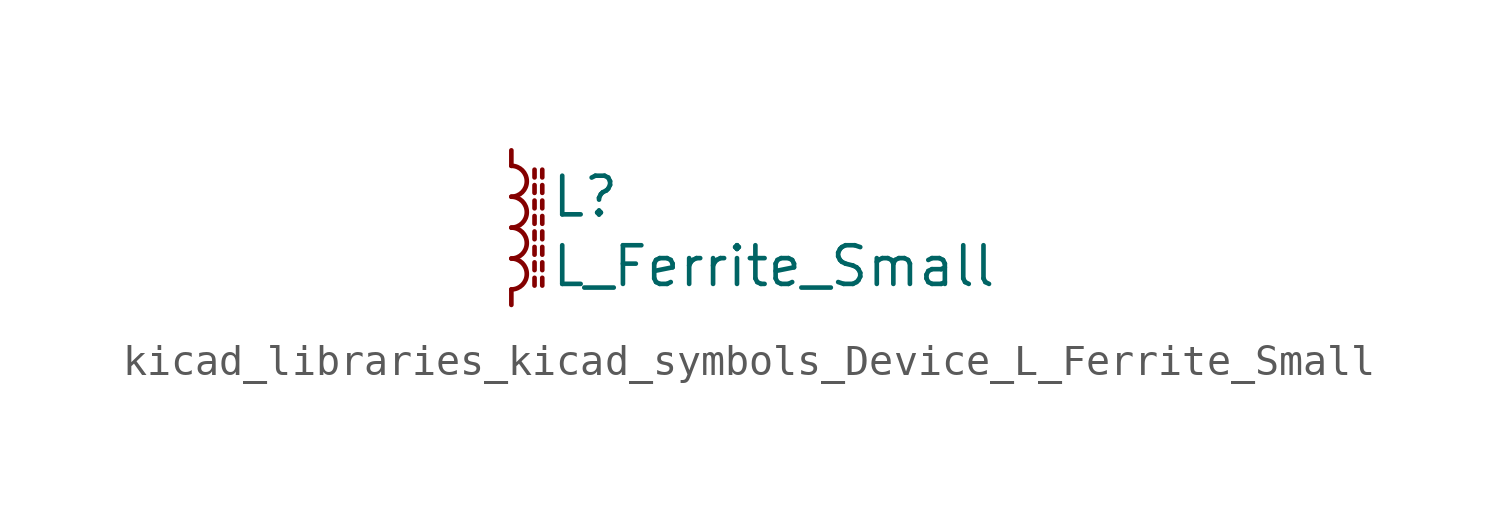
<source format=kicad_sym>
(kicad_symbol_lib
  (version 20220914)
  (generator kicad_symbol_editor)
  (symbol "kicad_libraries_kicad_symbols_Device_L_Ferrite_Small"
    (pin_numbers hide)
    (pin_names
      (offset 0.254) hide)
    (property "Reference" "L"
      (at 1.27 1.016 0)
      (effects (font (size 1.27 1.27)) (justify left)))
    (property "Value" "L_Ferrite_Small"
      (at 1.27 -1.27 0)
      (effects (font (size 1.27 1.27)) (justify left)))
    (symbol "kicad_libraries_kicad_symbols_Device_L_Ferrite_Small_0_1"
      (arc (start 0 -2.032) (mid 0.5058 -1.524) (end 0 -1.016) (stroke (width 0) (type default)) (fill (type none)))
      (arc (start 0 -1.016) (mid 0.5058 -0.508) (end 0 0) (stroke (width 0) (type default)) (fill (type none)))
      (polyline (pts (xy 0.762 -1.905) (xy 0.762 -1.651)) (stroke (width 0) (type default)) (fill (type none)))
      (polyline (pts (xy 0.762 -1.397) (xy 0.762 -1.143)) (stroke (width 0) (type default)) (fill (type none)))
      (polyline (pts (xy 0.762 -0.889) (xy 0.762 -0.635)) (stroke (width 0) (type default)) (fill (type none)))
      (polyline (pts (xy 0.762 -0.381) (xy 0.762 -0.127)) (stroke (width 0) (type default)) (fill (type none)))
      (polyline (pts (xy 0.762 0.127) (xy 0.762 0.381)) (stroke (width 0) (type default)) (fill (type none)))
      (polyline (pts (xy 0.762 0.635) (xy 0.762 0.889)) (stroke (width 0) (type default)) (fill (type none)))
      (polyline (pts (xy 0.762 1.143) (xy 0.762 1.397)) (stroke (width 0) (type default)) (fill (type none)))
      (polyline (pts (xy 0.762 1.651) (xy 0.762 1.905)) (stroke (width 0) (type default)) (fill (type none)))
      (polyline (pts (xy 1.016 -1.651) (xy 1.016 -1.905)) (stroke (width 0) (type default)) (fill (type none)))
      (polyline (pts (xy 1.016 -1.143) (xy 1.016 -1.397)) (stroke (width 0) (type default)) (fill (type none)))
      (polyline (pts (xy 1.016 -0.635) (xy 1.016 -0.889)) (stroke (width 0) (type default)) (fill (type none)))
      (polyline (pts (xy 1.016 -0.127) (xy 1.016 -0.381)) (stroke (width 0) (type default)) (fill (type none)))
      (polyline (pts (xy 1.016 0.381) (xy 1.016 0.127)) (stroke (width 0) (type default)) (fill (type none)))
      (polyline (pts (xy 1.016 0.889) (xy 1.016 0.635)) (stroke (width 0) (type default)) (fill (type none)))
      (polyline (pts (xy 1.016 1.397) (xy 1.016 1.143)) (stroke (width 0) (type default)) (fill (type none)))
      (polyline (pts (xy 1.016 1.905) (xy 1.016 1.651)) (stroke (width 0) (type default)) (fill (type none)))
      (arc (start 0 0) (mid 0.5058 0.508) (end 0 1.016) (stroke (width 0) (type default)) (fill (type none)))
      (arc (start 0 1.016) (mid 0.5058 1.524) (end 0 2.032) (stroke (width 0) (type default)) (fill (type none))))
    (symbol "kicad_libraries_kicad_symbols_Device_L_Ferrite_Small_1_1"
      (pin passive line (at 0 2.54 270) (length 0.508) (name "~" (effects (font (size 1.27 1.27)))) (number "1" (effects (font (size 1.27 1.27)))))
      (pin passive line (at 0 -2.54 90) (length 0.508) (name "~" (effects (font (size 1.27 1.27)))) (number "2" (effects (font (size 1.27 1.27))))))))
</source>
